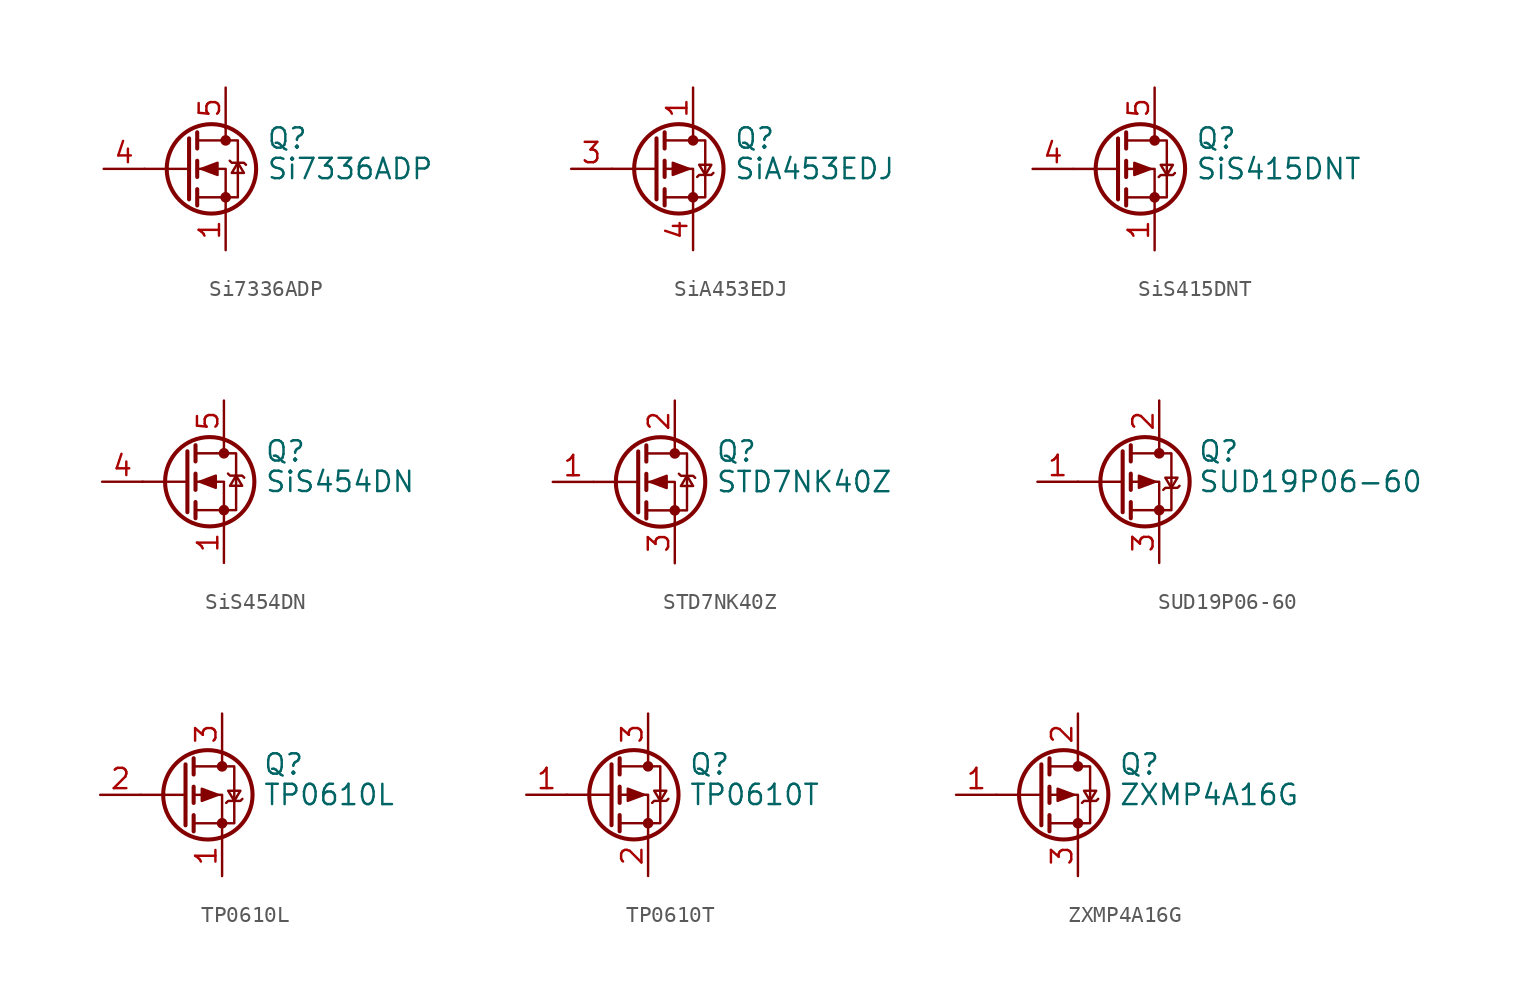
<source format=kicad_sym>
(kicad_symbol_lib
  (version 20200908)
  (generator kicad_symbol_editor)
  (symbol "Transistor_FET:Si7336ADP"
    (pin_names hide)
    (property "Reference" "Q"
      (at 5.08 1.905 0)
      (effects (font (size 1.27 1.27)) (justify left)))
    (property "Value" "Si7336ADP"
      (at 5.08 0 0)
      (effects (font (size 1.27 1.27)) (justify left)))
    (symbol "Si7336ADP_0_1"
      (circle (center 1.651 0) (radius 2.794) (stroke (width 0.254)) (fill (type none)))
      (circle (center 2.54 -1.778) (radius 0.254) (stroke (width 0)) (fill (type outline)))
      (circle (center 2.54 1.778) (radius 0.254) (stroke (width 0)) (fill (type outline)))
      (polyline (pts (xy 0.254 0) (xy -2.54 0)) (stroke (width 0)) (fill (type none)))
      (polyline (pts (xy 0.254 1.905) (xy 0.254 -1.905)) (stroke (width 0.254)) (fill (type none)))
      (polyline (pts (xy 0.762 -1.27) (xy 0.762 -2.286)) (stroke (width 0.254)) (fill (type none)))
      (polyline (pts (xy 0.762 0.508) (xy 0.762 -0.508)) (stroke (width 0.254)) (fill (type none)))
      (polyline (pts (xy 0.762 2.286) (xy 0.762 1.27)) (stroke (width 0.254)) (fill (type none)))
      (polyline (pts (xy 2.54 2.54) (xy 2.54 1.778)) (stroke (width 0)) (fill (type none)))
      (polyline (pts (xy 2.54 -2.54) (xy 2.54 0) (xy 0.762 0)) (stroke (width 0)) (fill (type none)))
      (polyline (pts (xy 0.762 -1.778) (xy 3.302 -1.778) (xy 3.302 1.778) (xy 0.762 1.778)) (stroke (width 0)) (fill (type none)))
      (polyline (pts (xy 1.016 0) (xy 2.032 0.381) (xy 2.032 -0.381) (xy 1.016 0)) (stroke (width 0)) (fill (type outline)))
      (polyline (pts (xy 2.794 0.508) (xy 2.921 0.381) (xy 3.683 0.381) (xy 3.81 0.254)) (stroke (width 0)) (fill (type none)))
      (polyline (pts (xy 3.302 0.381) (xy 2.921 -0.254) (xy 3.683 -0.254) (xy 3.302 0.381)) (stroke (width 0)) (fill (type none))))
    (symbol "Si7336ADP_1_1"
      (pin passive line (at 2.54 -5.08 90) (length 2.54) (name "S" (effects (font (size 1.27 1.27)))) (number "1" (effects (font (size 1.27 1.27)))))
      (pin passive line (at 2.54 -5.08 90) (length 2.54) hide (name "S" (effects (font (size 1.27 1.27)))) (number "2" (effects (font (size 1.27 1.27)))))
      (pin passive line (at 2.54 -5.08 90) (length 2.54) hide (name "S" (effects (font (size 1.27 1.27)))) (number "3" (effects (font (size 1.27 1.27)))))
      (pin input line (at -5.08 0 0) (length 2.54) (name "G" (effects (font (size 1.27 1.27)))) (number "4" (effects (font (size 1.27 1.27)))))
      (pin passive line (at 2.54 5.08 270) (length 2.54) (name "D" (effects (font (size 1.27 1.27)))) (number "5" (effects (font (size 1.27 1.27)))))))
  (symbol "Transistor_FET:SiA453EDJ"
    (pin_names hide)
    (property "Reference" "Q"
      (at 5.08 1.905 0)
      (effects (font (size 1.27 1.27)) (justify left)))
    (property "Value" "SiA453EDJ"
      (at 5.08 0 0)
      (effects (font (size 1.27 1.27)) (justify left)))
    (symbol "SiA453EDJ_0_1"
      (circle (center 1.651 0) (radius 2.794) (stroke (width 0.254)) (fill (type none)))
      (circle (center 2.54 -1.778) (radius 0.254) (stroke (width 0)) (fill (type outline)))
      (circle (center 2.54 1.778) (radius 0.254) (stroke (width 0)) (fill (type outline)))
      (polyline (pts (xy 0.254 0) (xy -2.54 0)) (stroke (width 0)) (fill (type none)))
      (polyline (pts (xy 0.254 1.905) (xy 0.254 -1.905)) (stroke (width 0.254)) (fill (type none)))
      (polyline (pts (xy 0.762 -1.27) (xy 0.762 -2.286)) (stroke (width 0.254)) (fill (type none)))
      (polyline (pts (xy 0.762 0.508) (xy 0.762 -0.508)) (stroke (width 0.254)) (fill (type none)))
      (polyline (pts (xy 0.762 2.286) (xy 0.762 1.27)) (stroke (width 0.254)) (fill (type none)))
      (polyline (pts (xy 2.54 2.54) (xy 2.54 1.778)) (stroke (width 0)) (fill (type none)))
      (polyline (pts (xy 2.54 -2.54) (xy 2.54 0) (xy 0.762 0)) (stroke (width 0)) (fill (type none)))
      (polyline (pts (xy 0.762 1.778) (xy 3.302 1.778) (xy 3.302 -1.778) (xy 0.762 -1.778)) (stroke (width 0)) (fill (type none)))
      (polyline (pts (xy 2.286 0) (xy 1.27 0.381) (xy 1.27 -0.381) (xy 2.286 0)) (stroke (width 0)) (fill (type outline)))
      (polyline (pts (xy 2.794 -0.508) (xy 2.921 -0.381) (xy 3.683 -0.381) (xy 3.81 -0.254)) (stroke (width 0)) (fill (type none)))
      (polyline (pts (xy 3.302 -0.381) (xy 2.921 0.254) (xy 3.683 0.254) (xy 3.302 -0.381)) (stroke (width 0)) (fill (type none))))
    (symbol "SiA453EDJ_1_1"
      (pin passive line (at 2.54 5.08 270) (length 2.54) (name "D" (effects (font (size 1.27 1.27)))) (number "1" (effects (font (size 1.27 1.27)))))
      (pin passive line (at -5.08 0 0) (length 2.54) (name "G" (effects (font (size 1.27 1.27)))) (number "3" (effects (font (size 1.27 1.27)))))
      (pin passive line (at 2.54 -5.08 90) (length 2.54) (name "S" (effects (font (size 1.27 1.27)))) (number "4" (effects (font (size 1.27 1.27)))))))
  (symbol "Transistor_FET:SiS415DNT"
    (pin_names hide)
    (property "Reference" "Q"
      (at 5.08 1.905 0)
      (effects (font (size 1.27 1.27)) (justify left)))
    (property "Value" "SiS415DNT"
      (at 5.08 0 0)
      (effects (font (size 1.27 1.27)) (justify left)))
    (symbol "SiS415DNT_0_1"
      (circle (center 1.651 0) (radius 2.794) (stroke (width 0.254)) (fill (type none)))
      (circle (center 2.54 -1.778) (radius 0.254) (stroke (width 0)) (fill (type outline)))
      (circle (center 2.54 1.778) (radius 0.254) (stroke (width 0)) (fill (type outline)))
      (polyline (pts (xy 0.254 0) (xy -2.54 0)) (stroke (width 0)) (fill (type none)))
      (polyline (pts (xy 0.254 1.905) (xy 0.254 -1.905)) (stroke (width 0.254)) (fill (type none)))
      (polyline (pts (xy 0.762 -1.27) (xy 0.762 -2.286)) (stroke (width 0.254)) (fill (type none)))
      (polyline (pts (xy 0.762 0.508) (xy 0.762 -0.508)) (stroke (width 0.254)) (fill (type none)))
      (polyline (pts (xy 0.762 2.286) (xy 0.762 1.27)) (stroke (width 0.254)) (fill (type none)))
      (polyline (pts (xy 2.54 2.54) (xy 2.54 1.778)) (stroke (width 0)) (fill (type none)))
      (polyline (pts (xy 2.54 -2.54) (xy 2.54 0) (xy 0.762 0)) (stroke (width 0)) (fill (type none)))
      (polyline (pts (xy 0.762 1.778) (xy 3.302 1.778) (xy 3.302 -1.778) (xy 0.762 -1.778)) (stroke (width 0)) (fill (type none)))
      (polyline (pts (xy 2.286 0) (xy 1.27 0.381) (xy 1.27 -0.381) (xy 2.286 0)) (stroke (width 0)) (fill (type outline)))
      (polyline (pts (xy 2.794 -0.508) (xy 2.921 -0.381) (xy 3.683 -0.381) (xy 3.81 -0.254)) (stroke (width 0)) (fill (type none)))
      (polyline (pts (xy 3.302 -0.381) (xy 2.921 0.254) (xy 3.683 0.254) (xy 3.302 -0.381)) (stroke (width 0)) (fill (type none))))
    (symbol "SiS415DNT_1_1"
      (pin passive line (at 2.54 -5.08 90) (length 2.54) (name "S" (effects (font (size 1.27 1.27)))) (number "1" (effects (font (size 1.27 1.27)))))
      (pin passive line (at 2.54 -5.08 90) (length 2.54) hide (name "S" (effects (font (size 1.27 1.27)))) (number "2" (effects (font (size 1.27 1.27)))))
      (pin passive line (at 2.54 -5.08 90) (length 2.54) hide (name "S" (effects (font (size 1.27 1.27)))) (number "3" (effects (font (size 1.27 1.27)))))
      (pin passive line (at -5.08 0 0) (length 2.54) (name "G" (effects (font (size 1.27 1.27)))) (number "4" (effects (font (size 1.27 1.27)))))
      (pin passive line (at 2.54 5.08 270) (length 2.54) (name "D" (effects (font (size 1.27 1.27)))) (number "5" (effects (font (size 1.27 1.27)))))))
  (symbol "Transistor_FET:SiS454DN"
    (pin_names hide)
    (property "Reference" "Q"
      (at 5.08 1.905 0)
      (effects (font (size 1.27 1.27)) (justify left)))
    (property "Value" "SiS454DN"
      (at 5.08 0 0)
      (effects (font (size 1.27 1.27)) (justify left)))
    (symbol "SiS454DN_0_1"
      (circle (center 1.651 0) (radius 2.794) (stroke (width 0.254)) (fill (type none)))
      (circle (center 2.54 -1.778) (radius 0.254) (stroke (width 0)) (fill (type outline)))
      (circle (center 2.54 1.778) (radius 0.254) (stroke (width 0)) (fill (type outline)))
      (polyline (pts (xy 0.254 0) (xy -2.54 0)) (stroke (width 0)) (fill (type none)))
      (polyline (pts (xy 0.254 1.905) (xy 0.254 -1.905)) (stroke (width 0.254)) (fill (type none)))
      (polyline (pts (xy 0.762 -1.27) (xy 0.762 -2.286)) (stroke (width 0.254)) (fill (type none)))
      (polyline (pts (xy 0.762 0.508) (xy 0.762 -0.508)) (stroke (width 0.254)) (fill (type none)))
      (polyline (pts (xy 0.762 2.286) (xy 0.762 1.27)) (stroke (width 0.254)) (fill (type none)))
      (polyline (pts (xy 2.54 2.54) (xy 2.54 1.778)) (stroke (width 0)) (fill (type none)))
      (polyline (pts (xy 2.54 -2.54) (xy 2.54 0) (xy 0.762 0)) (stroke (width 0)) (fill (type none)))
      (polyline (pts (xy 0.762 -1.778) (xy 3.302 -1.778) (xy 3.302 1.778) (xy 0.762 1.778)) (stroke (width 0)) (fill (type none)))
      (polyline (pts (xy 1.016 0) (xy 2.032 0.381) (xy 2.032 -0.381) (xy 1.016 0)) (stroke (width 0)) (fill (type outline)))
      (polyline (pts (xy 2.794 0.508) (xy 2.921 0.381) (xy 3.683 0.381) (xy 3.81 0.254)) (stroke (width 0)) (fill (type none)))
      (polyline (pts (xy 3.302 0.381) (xy 2.921 -0.254) (xy 3.683 -0.254) (xy 3.302 0.381)) (stroke (width 0)) (fill (type none))))
    (symbol "SiS454DN_1_1"
      (pin passive line (at 2.54 -5.08 90) (length 2.54) (name "S" (effects (font (size 1.27 1.27)))) (number "1" (effects (font (size 1.27 1.27)))))
      (pin passive line (at 2.54 -5.08 90) (length 2.54) hide (name "S" (effects (font (size 1.27 1.27)))) (number "2" (effects (font (size 1.27 1.27)))))
      (pin passive line (at 2.54 -5.08 90) (length 2.54) hide (name "S" (effects (font (size 1.27 1.27)))) (number "3" (effects (font (size 1.27 1.27)))))
      (pin input line (at -5.08 0 0) (length 2.54) (name "G" (effects (font (size 1.27 1.27)))) (number "4" (effects (font (size 1.27 1.27)))))
      (pin passive line (at 2.54 5.08 270) (length 2.54) (name "D" (effects (font (size 1.27 1.27)))) (number "5" (effects (font (size 1.27 1.27)))))))
  (symbol "Transistor_FET:STD7NK40Z"
    (pin_names hide)
    (property "Reference" "Q"
      (at 5.08 1.905 0)
      (effects (font (size 1.27 1.27)) (justify left)))
    (property "Value" "STD7NK40Z"
      (at 5.08 0 0)
      (effects (font (size 1.27 1.27)) (justify left)))
    (symbol "STD7NK40Z_0_1"
      (circle (center 1.651 0) (radius 2.794) (stroke (width 0.254)) (fill (type none)))
      (circle (center 2.54 -1.778) (radius 0.254) (stroke (width 0)) (fill (type outline)))
      (circle (center 2.54 1.778) (radius 0.254) (stroke (width 0)) (fill (type outline)))
      (polyline (pts (xy 0.254 0) (xy -2.54 0)) (stroke (width 0)) (fill (type none)))
      (polyline (pts (xy 0.254 1.905) (xy 0.254 -1.905)) (stroke (width 0.254)) (fill (type none)))
      (polyline (pts (xy 0.762 -1.27) (xy 0.762 -2.286)) (stroke (width 0.254)) (fill (type none)))
      (polyline (pts (xy 0.762 0.508) (xy 0.762 -0.508)) (stroke (width 0.254)) (fill (type none)))
      (polyline (pts (xy 0.762 2.286) (xy 0.762 1.27)) (stroke (width 0.254)) (fill (type none)))
      (polyline (pts (xy 2.54 2.54) (xy 2.54 1.778)) (stroke (width 0)) (fill (type none)))
      (polyline (pts (xy 2.54 -2.54) (xy 2.54 0) (xy 0.762 0)) (stroke (width 0)) (fill (type none)))
      (polyline (pts (xy 0.762 -1.778) (xy 3.302 -1.778) (xy 3.302 1.778) (xy 0.762 1.778)) (stroke (width 0)) (fill (type none)))
      (polyline (pts (xy 1.016 0) (xy 2.032 0.381) (xy 2.032 -0.381) (xy 1.016 0)) (stroke (width 0)) (fill (type outline)))
      (polyline (pts (xy 2.794 0.508) (xy 2.921 0.381) (xy 3.683 0.381) (xy 3.81 0.254)) (stroke (width 0)) (fill (type none)))
      (polyline (pts (xy 3.302 0.381) (xy 2.921 -0.254) (xy 3.683 -0.254) (xy 3.302 0.381)) (stroke (width 0)) (fill (type none))))
    (symbol "STD7NK40Z_1_1"
      (pin passive line (at -5.08 0 0) (length 2.54) (name "G" (effects (font (size 1.27 1.27)))) (number "1" (effects (font (size 1.27 1.27)))))
      (pin passive line (at 2.54 5.08 270) (length 2.54) (name "D" (effects (font (size 1.27 1.27)))) (number "2" (effects (font (size 1.27 1.27)))))
      (pin passive line (at 2.54 -5.08 90) (length 2.54) (name "S" (effects (font (size 1.27 1.27)))) (number "3" (effects (font (size 1.27 1.27)))))))
  (symbol "Transistor_FET:SUD19P06-60"
    (pin_names hide)
    (property "Reference" "Q"
      (at 4.953 1.905 0)
      (effects (font (size 1.27 1.27)) (justify left)))
    (property "Value" "SUD19P06-60"
      (at 4.953 0 0)
      (effects (font (size 1.27 1.27)) (justify left)))
    (symbol "SUD19P06-60_0_1"
      (circle (center 1.651 0) (radius 2.794) (stroke (width 0.254)) (fill (type none)))
      (circle (center 2.54 -1.778) (radius 0.254) (stroke (width 0)) (fill (type outline)))
      (circle (center 2.54 1.778) (radius 0.254) (stroke (width 0)) (fill (type outline)))
      (polyline (pts (xy 0.254 0) (xy -2.54 0)) (stroke (width 0)) (fill (type none)))
      (polyline (pts (xy 0.254 1.905) (xy 0.254 -1.905)) (stroke (width 0.254)) (fill (type none)))
      (polyline (pts (xy 0.762 -1.27) (xy 0.762 -2.286)) (stroke (width 0.254)) (fill (type none)))
      (polyline (pts (xy 0.762 0.508) (xy 0.762 -0.508)) (stroke (width 0.254)) (fill (type none)))
      (polyline (pts (xy 0.762 2.286) (xy 0.762 1.27)) (stroke (width 0.254)) (fill (type none)))
      (polyline (pts (xy 2.54 2.54) (xy 2.54 1.778)) (stroke (width 0)) (fill (type none)))
      (polyline (pts (xy 2.54 -2.54) (xy 2.54 0) (xy 0.762 0)) (stroke (width 0)) (fill (type none)))
      (polyline (pts (xy 0.762 1.778) (xy 3.302 1.778) (xy 3.302 -1.778) (xy 0.762 -1.778)) (stroke (width 0)) (fill (type none)))
      (polyline (pts (xy 2.286 0) (xy 1.27 0.381) (xy 1.27 -0.381) (xy 2.286 0)) (stroke (width 0)) (fill (type outline)))
      (polyline (pts (xy 2.794 -0.508) (xy 2.921 -0.381) (xy 3.683 -0.381) (xy 3.81 -0.254)) (stroke (width 0)) (fill (type none)))
      (polyline (pts (xy 3.302 -0.381) (xy 2.921 0.254) (xy 3.683 0.254) (xy 3.302 -0.381)) (stroke (width 0)) (fill (type none))))
    (symbol "SUD19P06-60_1_1"
      (pin input line (at -5.08 0 0) (length 2.54) (name "G" (effects (font (size 1.27 1.27)))) (number "1" (effects (font (size 1.27 1.27)))))
      (pin passive line (at 2.54 5.08 270) (length 2.54) (name "D" (effects (font (size 1.27 1.27)))) (number "2" (effects (font (size 1.27 1.27)))))
      (pin passive line (at 2.54 -5.08 90) (length 2.54) (name "S" (effects (font (size 1.27 1.27)))) (number "3" (effects (font (size 1.27 1.27)))))))
  (symbol "Transistor_FET:TP0610L"
    (pin_names hide)
    (property "Reference" "Q"
      (at 5.08 1.905 0)
      (effects (font (size 1.27 1.27)) (justify left)))
    (property "Value" "TP0610L"
      (at 5.08 0 0)
      (effects (font (size 1.27 1.27)) (justify left)))
    (symbol "TP0610L_0_1"
      (circle (center 1.651 0) (radius 2.794) (stroke (width 0.254)) (fill (type none)))
      (circle (center 2.54 -1.778) (radius 0.254) (stroke (width 0)) (fill (type outline)))
      (circle (center 2.54 1.778) (radius 0.254) (stroke (width 0)) (fill (type outline)))
      (polyline (pts (xy 0.254 0) (xy -2.54 0)) (stroke (width 0)) (fill (type none)))
      (polyline (pts (xy 0.254 1.905) (xy 0.254 -1.905)) (stroke (width 0.254)) (fill (type none)))
      (polyline (pts (xy 0.762 -1.27) (xy 0.762 -2.286)) (stroke (width 0.254)) (fill (type none)))
      (polyline (pts (xy 0.762 0.508) (xy 0.762 -0.508)) (stroke (width 0.254)) (fill (type none)))
      (polyline (pts (xy 0.762 2.286) (xy 0.762 1.27)) (stroke (width 0.254)) (fill (type none)))
      (polyline (pts (xy 2.54 2.54) (xy 2.54 1.778)) (stroke (width 0)) (fill (type none)))
      (polyline (pts (xy 2.54 -2.54) (xy 2.54 0) (xy 0.762 0)) (stroke (width 0)) (fill (type none)))
      (polyline (pts (xy 0.762 1.778) (xy 3.302 1.778) (xy 3.302 -1.778) (xy 0.762 -1.778)) (stroke (width 0)) (fill (type none)))
      (polyline (pts (xy 2.286 0) (xy 1.27 0.381) (xy 1.27 -0.381) (xy 2.286 0)) (stroke (width 0)) (fill (type outline)))
      (polyline (pts (xy 2.794 -0.508) (xy 2.921 -0.381) (xy 3.683 -0.381) (xy 3.81 -0.254)) (stroke (width 0)) (fill (type none)))
      (polyline (pts (xy 3.302 -0.381) (xy 2.921 0.254) (xy 3.683 0.254) (xy 3.302 -0.381)) (stroke (width 0)) (fill (type none))))
    (symbol "TP0610L_1_1"
      (pin passive line (at 2.54 -5.08 90) (length 2.54) (name "S" (effects (font (size 1.27 1.27)))) (number "1" (effects (font (size 1.27 1.27)))))
      (pin input line (at -5.08 0 0) (length 2.54) (name "G" (effects (font (size 1.27 1.27)))) (number "2" (effects (font (size 1.27 1.27)))))
      (pin passive line (at 2.54 5.08 270) (length 2.54) (name "D" (effects (font (size 1.27 1.27)))) (number "3" (effects (font (size 1.27 1.27)))))))
  (symbol "Transistor_FET:TP0610T"
    (pin_names hide)
    (property "Reference" "Q"
      (at 5.08 1.905 0)
      (effects (font (size 1.27 1.27)) (justify left)))
    (property "Value" "TP0610T"
      (at 5.08 0 0)
      (effects (font (size 1.27 1.27)) (justify left)))
    (symbol "TP0610T_0_1"
      (circle (center 1.651 0) (radius 2.794) (stroke (width 0.254)) (fill (type none)))
      (circle (center 2.54 -1.778) (radius 0.254) (stroke (width 0)) (fill (type outline)))
      (circle (center 2.54 1.778) (radius 0.254) (stroke (width 0)) (fill (type outline)))
      (polyline (pts (xy 0.254 0) (xy -2.54 0)) (stroke (width 0)) (fill (type none)))
      (polyline (pts (xy 0.254 1.905) (xy 0.254 -1.905)) (stroke (width 0.254)) (fill (type none)))
      (polyline (pts (xy 0.762 -1.27) (xy 0.762 -2.286)) (stroke (width 0.254)) (fill (type none)))
      (polyline (pts (xy 0.762 0.508) (xy 0.762 -0.508)) (stroke (width 0.254)) (fill (type none)))
      (polyline (pts (xy 0.762 2.286) (xy 0.762 1.27)) (stroke (width 0.254)) (fill (type none)))
      (polyline (pts (xy 2.54 2.54) (xy 2.54 1.778)) (stroke (width 0)) (fill (type none)))
      (polyline (pts (xy 2.54 -2.54) (xy 2.54 0) (xy 0.762 0)) (stroke (width 0)) (fill (type none)))
      (polyline (pts (xy 0.762 1.778) (xy 3.302 1.778) (xy 3.302 -1.778) (xy 0.762 -1.778)) (stroke (width 0)) (fill (type none)))
      (polyline (pts (xy 2.286 0) (xy 1.27 0.381) (xy 1.27 -0.381) (xy 2.286 0)) (stroke (width 0)) (fill (type outline)))
      (polyline (pts (xy 2.794 -0.508) (xy 2.921 -0.381) (xy 3.683 -0.381) (xy 3.81 -0.254)) (stroke (width 0)) (fill (type none)))
      (polyline (pts (xy 3.302 -0.381) (xy 2.921 0.254) (xy 3.683 0.254) (xy 3.302 -0.381)) (stroke (width 0)) (fill (type none))))
    (symbol "TP0610T_1_1"
      (pin input line (at -5.08 0 0) (length 2.54) (name "G" (effects (font (size 1.27 1.27)))) (number "1" (effects (font (size 1.27 1.27)))))
      (pin passive line (at 2.54 -5.08 90) (length 2.54) (name "S" (effects (font (size 1.27 1.27)))) (number "2" (effects (font (size 1.27 1.27)))))
      (pin passive line (at 2.54 5.08 270) (length 2.54) (name "D" (effects (font (size 1.27 1.27)))) (number "3" (effects (font (size 1.27 1.27)))))))
  (symbol "Transistor_FET:ZXMP4A16G"
    (pin_names hide)
    (property "Reference" "Q"
      (at 5.08 1.905 0)
      (effects (font (size 1.27 1.27)) (justify left)))
    (property "Value" "ZXMP4A16G"
      (at 5.08 0 0)
      (effects (font (size 1.27 1.27)) (justify left)))
    (symbol "ZXMP4A16G_0_1"
      (circle (center 1.651 0) (radius 2.794) (stroke (width 0.254)) (fill (type none)))
      (circle (center 2.54 -1.778) (radius 0.254) (stroke (width 0)) (fill (type outline)))
      (circle (center 2.54 1.778) (radius 0.254) (stroke (width 0)) (fill (type outline)))
      (polyline (pts (xy 0.254 0) (xy -2.54 0)) (stroke (width 0)) (fill (type none)))
      (polyline (pts (xy 0.254 1.905) (xy 0.254 -1.905)) (stroke (width 0.254)) (fill (type none)))
      (polyline (pts (xy 0.762 -1.27) (xy 0.762 -2.286)) (stroke (width 0.254)) (fill (type none)))
      (polyline (pts (xy 0.762 0.508) (xy 0.762 -0.508)) (stroke (width 0.254)) (fill (type none)))
      (polyline (pts (xy 0.762 2.286) (xy 0.762 1.27)) (stroke (width 0.254)) (fill (type none)))
      (polyline (pts (xy 2.54 2.54) (xy 2.54 1.778)) (stroke (width 0)) (fill (type none)))
      (polyline (pts (xy 2.54 -2.54) (xy 2.54 0) (xy 0.762 0)) (stroke (width 0)) (fill (type none)))
      (polyline (pts (xy 0.762 1.778) (xy 3.302 1.778) (xy 3.302 -1.778) (xy 0.762 -1.778)) (stroke (width 0)) (fill (type none)))
      (polyline (pts (xy 2.286 0) (xy 1.27 0.381) (xy 1.27 -0.381) (xy 2.286 0)) (stroke (width 0)) (fill (type outline)))
      (polyline (pts (xy 2.794 -0.508) (xy 2.921 -0.381) (xy 3.683 -0.381) (xy 3.81 -0.254)) (stroke (width 0)) (fill (type none)))
      (polyline (pts (xy 3.302 -0.381) (xy 2.921 0.254) (xy 3.683 0.254) (xy 3.302 -0.381)) (stroke (width 0)) (fill (type none))))
    (symbol "ZXMP4A16G_1_1"
      (pin input line (at -5.08 0 0) (length 2.54) (name "G" (effects (font (size 1.27 1.27)))) (number "1" (effects (font (size 1.27 1.27)))))
      (pin passive line (at 2.54 5.08 270) (length 2.54) (name "D" (effects (font (size 1.27 1.27)))) (number "2" (effects (font (size 1.27 1.27)))))
      (pin passive line (at 2.54 -5.08 90) (length 2.54) (name "S" (effects (font (size 1.27 1.27)))) (number "3" (effects (font (size 1.27 1.27))))))))
</source>
